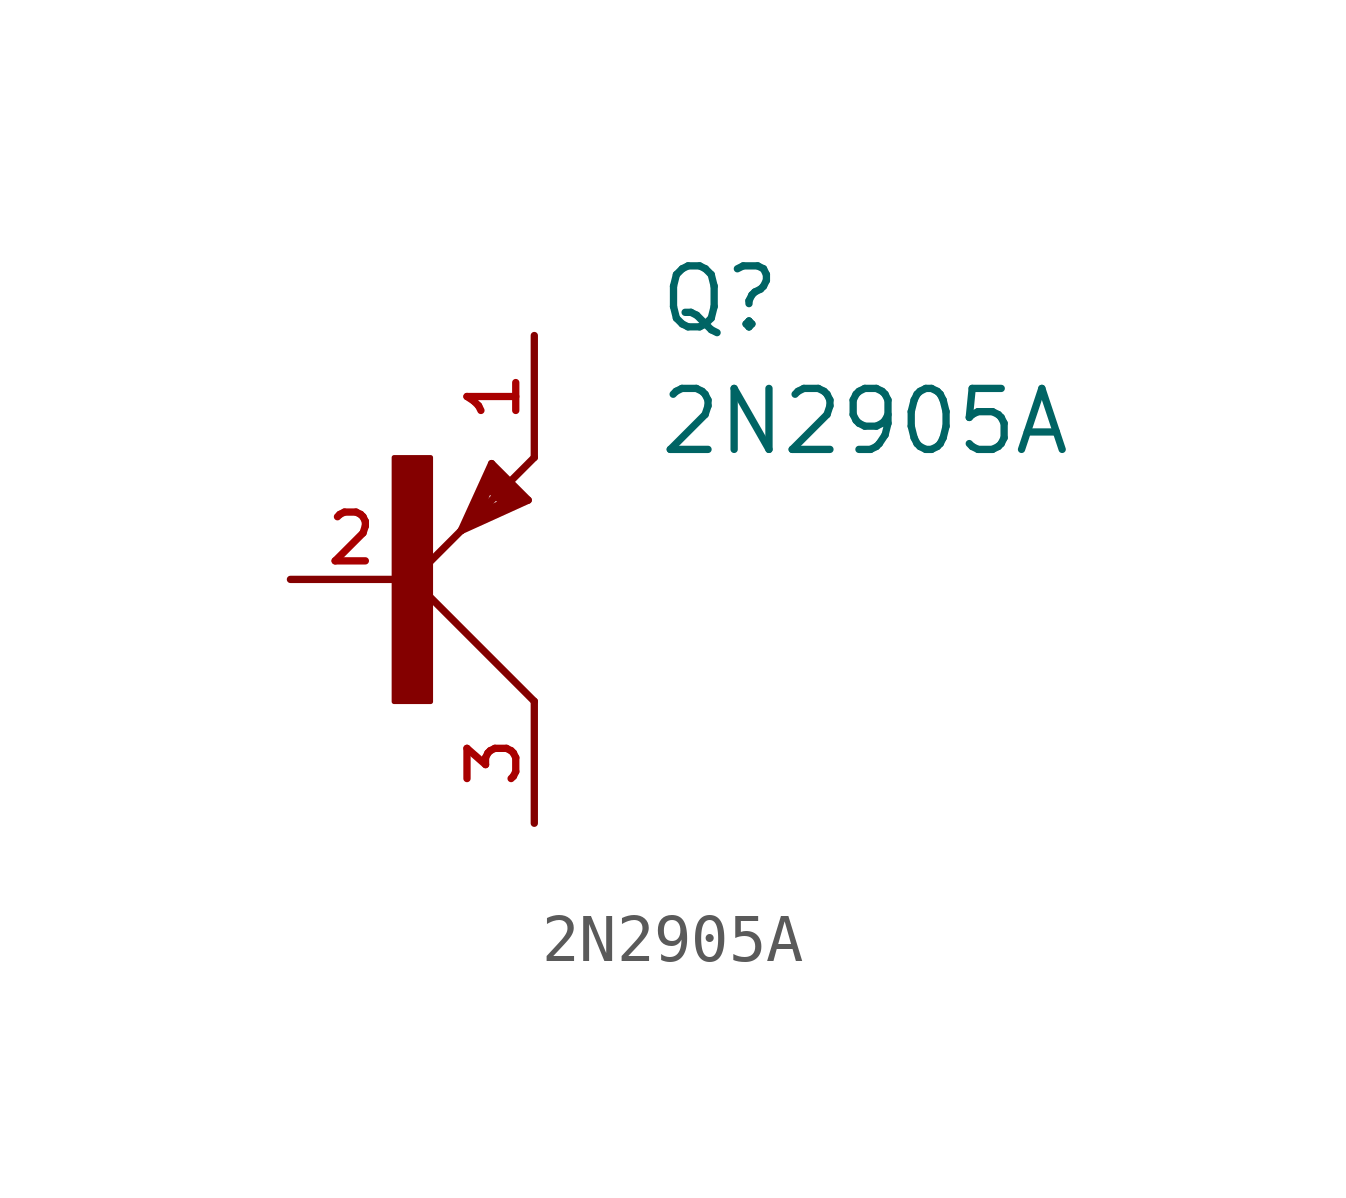
<source format=kicad_sym>
(kicad_symbol_lib
  (version 20211014)
  (generator kicad_symbol_editor)
  (symbol "2N2905A"
    (pin_names
      (offset 1.016))
    (property "Reference" "Q"
      (at 5.098 5.098 0)
      (effects (font (size 1.27 1.27)) (justify bottom left)))
    (property "Value" "2N2905A"
      (at 5.091 2.545 0)
      (effects (font (size 1.27 1.27)) (justify bottom left)))
    (symbol "2N2905A_0_0"
      (polyline (pts (xy 2.54 -2.54) (xy 0.0 0.0)) (stroke (width 0.152)))
      (polyline (pts (xy 0.0 0.0) (xy 1.016 1.016)) (stroke (width 0.152)))
      (polyline (pts (xy 1.651 2.413) (xy 1.016 1.016)) (stroke (width 0.152)))
      (polyline (pts (xy 1.016 1.016) (xy 1.27 1.27)) (stroke (width 0.152)))
      (polyline (pts (xy 1.27 1.27) (xy 2.54 2.54)) (stroke (width 0.152)))
      (polyline (pts (xy 1.016 1.016) (xy 2.413 1.651)) (stroke (width 0.152)))
      (polyline (pts (xy 2.413 1.651) (xy 1.651 2.413)) (stroke (width 0.152)))
      (polyline (pts (xy 1.27 1.27) (xy 1.651 2.159)) (stroke (width 0.254)))
      (polyline (pts (xy 1.651 2.159) (xy 2.159 1.651)) (stroke (width 0.254)))
      (polyline (pts (xy 2.159 1.651) (xy 1.27 1.27)) (stroke (width 0.254)))
      (polyline (pts (xy 1.651 1.905) (xy 1.905 1.651)) (stroke (width 0.254)))
      (rectangle (start -0.382 -2.547) (end 0.381 2.54) (stroke (width 0.1)) (fill (type outline)))
      (pin passive line (at -2.54 0.0 0) (length 2.54) (name "~" (effects (font (size 1.016 1.016)))) (number "2" (effects (font (size 1.016 1.016)))))
      (pin passive line (at 2.54 5.08 270.0) (length 2.54) (name "~" (effects (font (size 1.016 1.016)))) (number "1" (effects (font (size 1.016 1.016)))))
      (pin passive line (at 2.54 -5.08 90.0) (length 2.54) (name "~" (effects (font (size 1.016 1.016)))) (number "3" (effects (font (size 1.016 1.016))))))))
</source>
